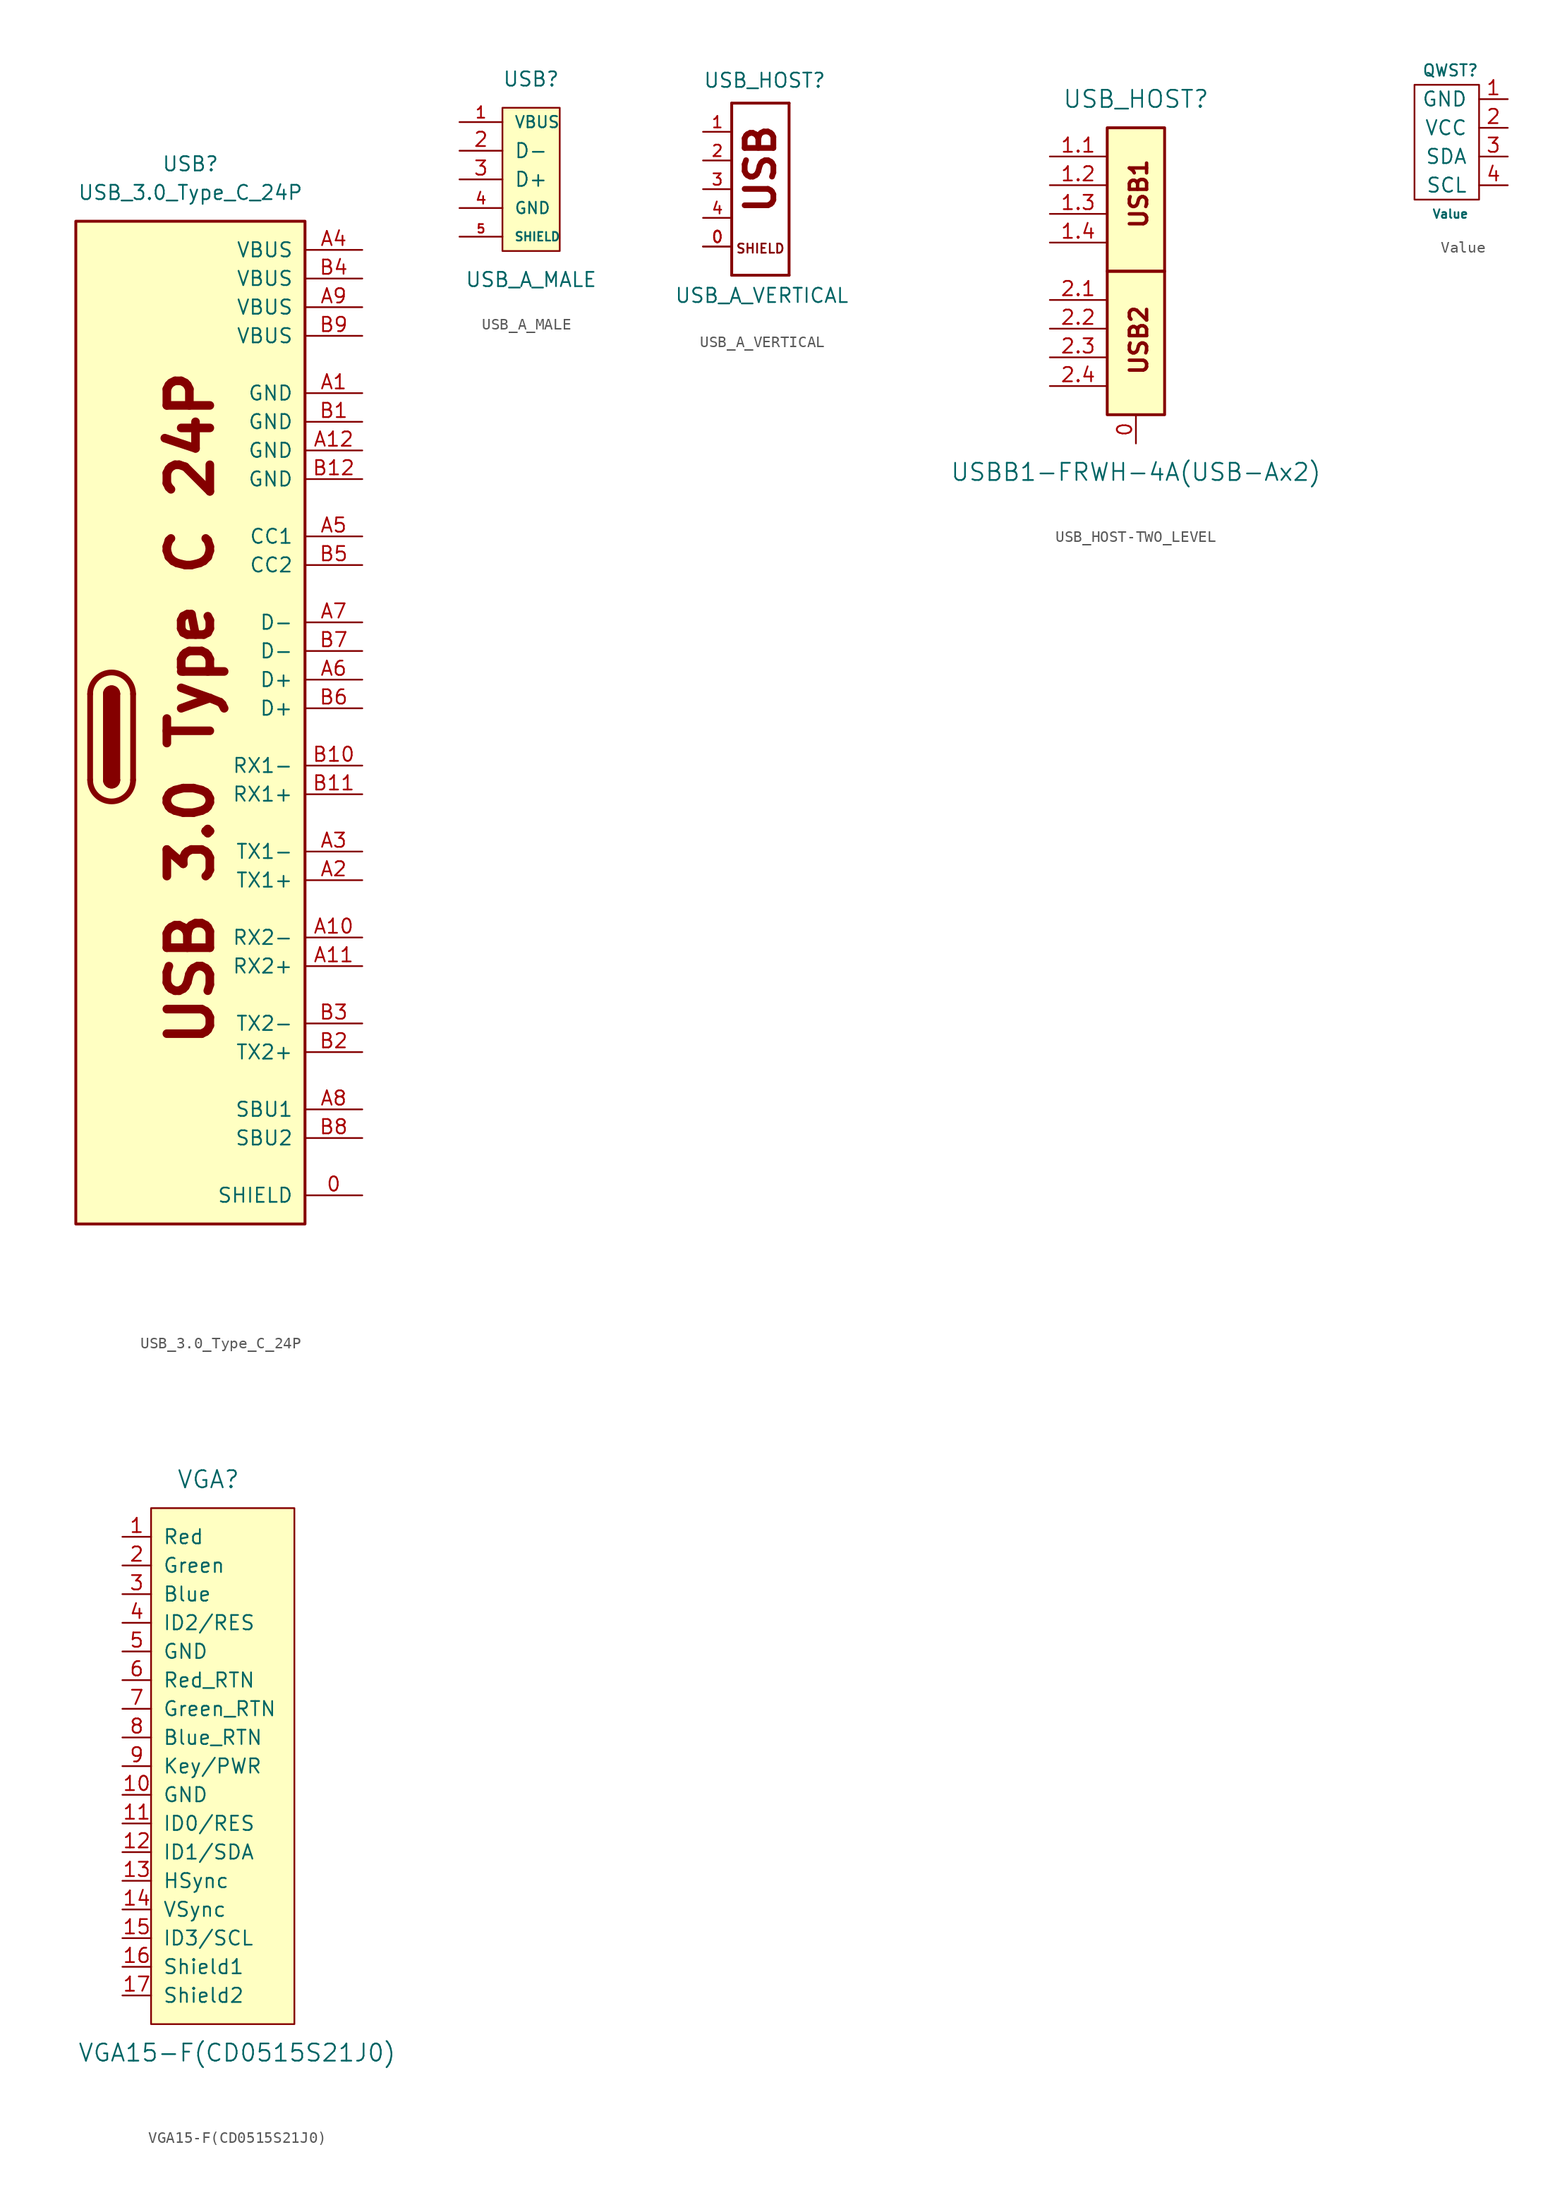
<source format=kicad_sym>
(kicad_symbol_lib
  (version 20220914)
  (generator kicad_symbol_editor)
  (symbol "USB_3.0_Type_C_24P"
    (pin_names
      (offset 1.016))
    (property "Reference" "USB"
      (at 0 50.8 0)
      (effects (font (size 1.27 1.27))))
    (property "Value" "USB_3.0_Type_C_24P"
      (at 0 48.26 0)
      (effects (font (size 1.27 1.27))))
    (symbol "USB_3.0_Type_C_24P_0_1"
      (rectangle (start -10.16 45.72) (end 10.16 -43.18) (stroke (width 0.254) (type default)) (fill (type background)))
      (arc (start -8.89 -3.81) (mid -6.985 -5.7067) (end -5.08 -3.81) (stroke (width 0.508) (type default)) (fill (type none)))
      (arc (start -7.62 -3.81) (mid -6.985 -4.4423) (end -6.35 -3.81) (stroke (width 0.254) (type default)) (fill (type none)))
      (arc (start -7.62 -3.81) (mid -6.985 -4.4423) (end -6.35 -3.81) (stroke (width 0.254) (type default)) (fill (type outline)))
      (rectangle (start -7.62 3.81) (end -6.35 -3.81) (stroke (width 0.254) (type default)) (fill (type outline)))
      (arc (start -6.35 3.81) (mid -6.985 4.4423) (end -7.62 3.81) (stroke (width 0.254) (type default)) (fill (type none)))
      (arc (start -6.35 3.81) (mid -6.985 4.4423) (end -7.62 3.81) (stroke (width 0.254) (type default)) (fill (type outline)))
      (arc (start -5.08 3.81) (mid -6.985 5.7067) (end -8.89 3.81) (stroke (width 0.508) (type default)) (fill (type none)))
      (polyline (pts (xy -8.89 -3.81) (xy -8.89 3.81)) (stroke (width 0.508) (type default)) (fill (type none)))
      (polyline (pts (xy -5.08 3.81) (xy -5.08 -3.81)) (stroke (width 0.508) (type default)) (fill (type none))))
    (symbol "USB_3.0_Type_C_24P_1_1"
      (text "USB 3.0 Type C 24P" (at 0 2.54 900) (effects (font (size 3.81 3.81) bold)))
      (pin passive line (at 15.24 -40.64 180) (length 5.08) (name "SHIELD" (effects (font (size 1.27 1.27)))) (number "0" (effects (font (size 1.27 1.27)))))
      (pin passive line (at 15.24 30.48 180) (length 5.08) (name "GND" (effects (font (size 1.27 1.27)))) (number "A1" (effects (font (size 1.27 1.27)))))
      (pin bidirectional line (at 15.24 -17.78 180) (length 5.08) (name "RX2-" (effects (font (size 1.27 1.27)))) (number "A10" (effects (font (size 1.27 1.27)))))
      (pin bidirectional line (at 15.24 -20.32 180) (length 5.08) (name "RX2+" (effects (font (size 1.27 1.27)))) (number "A11" (effects (font (size 1.27 1.27)))))
      (pin passive line (at 15.24 25.4 180) (length 5.08) (name "GND" (effects (font (size 1.27 1.27)))) (number "A12" (effects (font (size 1.27 1.27)))))
      (pin bidirectional line (at 15.24 -12.7 180) (length 5.08) (name "TX1+" (effects (font (size 1.27 1.27)))) (number "A2" (effects (font (size 1.27 1.27)))))
      (pin bidirectional line (at 15.24 -10.16 180) (length 5.08) (name "TX1-" (effects (font (size 1.27 1.27)))) (number "A3" (effects (font (size 1.27 1.27)))))
      (pin passive line (at 15.24 43.18 180) (length 5.08) (name "VBUS" (effects (font (size 1.27 1.27)))) (number "A4" (effects (font (size 1.27 1.27)))))
      (pin bidirectional line (at 15.24 17.78 180) (length 5.08) (name "CC1" (effects (font (size 1.27 1.27)))) (number "A5" (effects (font (size 1.27 1.27)))))
      (pin bidirectional line (at 15.24 5.08 180) (length 5.08) (name "D+" (effects (font (size 1.27 1.27)))) (number "A6" (effects (font (size 1.27 1.27)))))
      (pin bidirectional line (at 15.24 10.16 180) (length 5.08) (name "D-" (effects (font (size 1.27 1.27)))) (number "A7" (effects (font (size 1.27 1.27)))))
      (pin bidirectional line (at 15.24 -33.02 180) (length 5.08) (name "SBU1" (effects (font (size 1.27 1.27)))) (number "A8" (effects (font (size 1.27 1.27)))))
      (pin passive line (at 15.24 38.1 180) (length 5.08) (name "VBUS" (effects (font (size 1.27 1.27)))) (number "A9" (effects (font (size 1.27 1.27)))))
      (pin passive line (at 15.24 27.94 180) (length 5.08) (name "GND" (effects (font (size 1.27 1.27)))) (number "B1" (effects (font (size 1.27 1.27)))))
      (pin bidirectional line (at 15.24 -2.54 180) (length 5.08) (name "RX1-" (effects (font (size 1.27 1.27)))) (number "B10" (effects (font (size 1.27 1.27)))))
      (pin bidirectional line (at 15.24 -5.08 180) (length 5.08) (name "RX1+" (effects (font (size 1.27 1.27)))) (number "B11" (effects (font (size 1.27 1.27)))))
      (pin passive line (at 15.24 22.86 180) (length 5.08) (name "GND" (effects (font (size 1.27 1.27)))) (number "B12" (effects (font (size 1.27 1.27)))))
      (pin bidirectional line (at 15.24 -27.94 180) (length 5.08) (name "TX2+" (effects (font (size 1.27 1.27)))) (number "B2" (effects (font (size 1.27 1.27)))))
      (pin bidirectional line (at 15.24 -25.4 180) (length 5.08) (name "TX2-" (effects (font (size 1.27 1.27)))) (number "B3" (effects (font (size 1.27 1.27)))))
      (pin passive line (at 15.24 40.64 180) (length 5.08) (name "VBUS" (effects (font (size 1.27 1.27)))) (number "B4" (effects (font (size 1.27 1.27)))))
      (pin bidirectional line (at 15.24 15.24 180) (length 5.08) (name "CC2" (effects (font (size 1.27 1.27)))) (number "B5" (effects (font (size 1.27 1.27)))))
      (pin bidirectional line (at 15.24 2.54 180) (length 5.08) (name "D+" (effects (font (size 1.27 1.27)))) (number "B6" (effects (font (size 1.27 1.27)))))
      (pin bidirectional line (at 15.24 7.62 180) (length 5.08) (name "D-" (effects (font (size 1.27 1.27)))) (number "B7" (effects (font (size 1.27 1.27)))))
      (pin bidirectional line (at 15.24 -35.56 180) (length 5.08) (name "SBU2" (effects (font (size 1.27 1.27)))) (number "B8" (effects (font (size 1.27 1.27)))))
      (pin passive line (at 15.24 35.56 180) (length 5.08) (name "VBUS" (effects (font (size 1.27 1.27)))) (number "B9" (effects (font (size 1.27 1.27)))))))
  (symbol "USB_A_MALE"
    (pin_names
      (offset 1.016))
    (property "Reference" "USB"
      (at 1.27 6.35 0)
      (effects (font (size 1.27 1.27))))
    (property "Value" "USB_A_MALE"
      (at 1.27 -11.43 0)
      (effects (font (size 1.27 1.27))))
    (symbol "USB_A_MALE_1_1"
      (rectangle (start 3.81 3.81) (end -1.27 -8.89) (stroke (width 0) (type solid)) (fill (type background)))
      (pin input line (at -5.08 2.54 0) (length 3.81) (name "VBUS" (effects (font (size 1.016 1.016)))) (number "1" (effects (font (size 1.016 1.016)))))
      (pin bidirectional line (at -5.08 0 0) (length 3.81) (name "D-" (effects (font (size 1.27 1.27)))) (number "2" (effects (font (size 1.27 1.27)))))
      (pin bidirectional line (at -5.08 -2.54 0) (length 3.81) (name "D+" (effects (font (size 1.27 1.27)))) (number "3" (effects (font (size 1.27 1.27)))))
      (pin power_in line (at -5.08 -5.08 0) (length 3.81) (name "GND" (effects (font (size 1.016 1.016)))) (number "4" (effects (font (size 1.016 1.016)))))
      (pin passive line (at -5.08 -7.62 0) (length 3.81) (name "SHIELD" (effects (font (size 0.762 0.762)))) (number "5" (effects (font (size 0.762 0.762)))))))
  (symbol "USB_A_VERTICAL"
    (pin_names
      (offset 1.016) hide)
    (property "Reference" "USB_HOST"
      (at -5.08 8.89 0)
      (effects (font (size 1.27 1.27)) (justify left bottom)))
    (property "Value" "USB_A_VERTICAL"
      (at -7.62 -10.16 0)
      (effects (font (size 1.27 1.27)) (justify left bottom)))
    (property "Datasheet" ""
      (at 0 0 0)
      (effects (font (size 1.524 1.524))))
    (symbol "USB_A_VERTICAL_1_0"
      (polyline (pts (xy -2.54 -7.62) (xy 2.54 -7.62)) (stroke (width 0.254) (type solid)) (fill (type none)))
      (polyline (pts (xy -2.54 7.62) (xy -2.54 -7.62)) (stroke (width 0.254) (type solid)) (fill (type none)))
      (polyline (pts (xy 2.54 -7.62) (xy 2.54 7.62)) (stroke (width 0.254) (type solid)) (fill (type none)))
      (polyline (pts (xy 2.54 7.62) (xy -2.54 7.62)) (stroke (width 0.254) (type solid)) (fill (type none)))
      (text "SHIELD" (at 0 -5.258 0) (effects (font (size 0.813 0.813))))
      (text "USB" (at 0 1.778 900) (effects (font (size 2.54 2.54) bold))))
    (symbol "USB_A_VERTICAL_1_1"
      (pin input line (at -5.08 -5.08 0) (length 2.54) (name "5" (effects (font (size 1.016 1.016)))) (number "0" (effects (font (size 1.016 1.016)))))
      (pin input line (at -5.08 -5.08 0) (length 2.54) (name "5" (effects (font (size 1.016 1.016)))) (number "0" (effects (font (size 1.016 1.016)))))
      (pin passive line (at -5.08 5.08 0) (length 2.54) (name "1" (effects (font (size 1.016 1.016)))) (number "1" (effects (font (size 1.016 1.016)))))
      (pin passive line (at -5.08 2.54 0) (length 2.54) (name "2" (effects (font (size 1.016 1.016)))) (number "2" (effects (font (size 1.016 1.016)))))
      (pin passive line (at -5.08 0 0) (length 2.54) (name "3" (effects (font (size 1.016 1.016)))) (number "3" (effects (font (size 1.016 1.016)))))
      (pin passive line (at -5.08 -2.54 0) (length 2.54) (name "4" (effects (font (size 1.016 1.016)))) (number "4" (effects (font (size 1.016 1.016)))))))
  (symbol "USB_HOST-TWO_LEVEL"
    (pin_names
      (offset 1.016))
    (property "Reference" "USB_HOST"
      (at 0 15.24 0)
      (effects (font (size 1.524 1.524))))
    (property "Value" "USBB1-FRWH-4A(USB-Ax2)"
      (at 0 -17.78 0)
      (effects (font (size 1.524 1.524))))
    (symbol "USB_HOST-TWO_LEVEL_0_0"
      (text "USB1" (at 0.254 6.858 900) (effects (font (size 1.524 1.524) bold)))
      (text "USB2" (at 0.254 -6.096 900) (effects (font (size 1.524 1.524) bold))))
    (symbol "USB_HOST-TWO_LEVEL_1_1"
      (rectangle (start -2.54 0) (end 2.54 -12.7) (stroke (width 0.254) (type solid)) (fill (type background)))
      (rectangle (start -2.54 12.7) (end 2.54 0) (stroke (width 0.254) (type solid)) (fill (type background)))
      (pin passive line (at 0 -15.24 90) (length 2.489) (name "~" (effects (font (size 1.27 1.27)))) (number "0" (effects (font (size 1.27 1.27)))))
      (pin passive line (at -7.62 10.16 0) (length 5.004) (name "~" (effects (font (size 1.27 1.27)))) (number "1.1" (effects (font (size 1.27 1.27)))))
      (pin passive line (at -7.62 7.62 0) (length 5.004) (name "~" (effects (font (size 1.27 1.27)))) (number "1.2" (effects (font (size 1.27 1.27)))))
      (pin passive line (at -7.62 5.08 0) (length 5.004) (name "~" (effects (font (size 1.27 1.27)))) (number "1.3" (effects (font (size 1.27 1.27)))))
      (pin passive line (at -7.62 2.54 0) (length 5.004) (name "~" (effects (font (size 1.27 1.27)))) (number "1.4" (effects (font (size 1.27 1.27)))))
      (pin passive line (at -7.62 -2.54 0) (length 5.004) (name "~" (effects (font (size 1.27 1.27)))) (number "2.1" (effects (font (size 1.27 1.27)))))
      (pin passive line (at -7.62 -5.08 0) (length 5.004) (name "~" (effects (font (size 1.27 1.27)))) (number "2.2" (effects (font (size 1.27 1.27)))))
      (pin passive line (at -7.62 -7.62 0) (length 5.004) (name "~" (effects (font (size 1.27 1.27)))) (number "2.3" (effects (font (size 1.27 1.27)))))
      (pin passive line (at -7.62 -10.16 0) (length 5.004) (name "~" (effects (font (size 1.27 1.27)))) (number "2.4" (effects (font (size 1.27 1.27)))))))
  (symbol "Value"
    (pin_names
      (offset 1.016))
    (property "Reference" "QWST"
      (at 0 5.08 0)
      (effects (font (size 1.016 1.016))))
    (property "Value" "Value"
      (at 0 -7.62 0)
      (effects (font (size 0.762 0.762))))
    (symbol "Value_1_1"
      (rectangle (start -3.175 3.81) (end 2.54 -6.35) (stroke (width 0) (type solid)) (fill (type none)))
      (pin passive line (at 5.08 2.54 180) (length 2.54) (name "GND" (effects (font (size 1.27 1.27)))) (number "1" (effects (font (size 1.27 1.27)))))
      (pin passive line (at 5.08 0 180) (length 2.54) (name "VCC" (effects (font (size 1.27 1.27)))) (number "2" (effects (font (size 1.27 1.27)))))
      (pin passive line (at 5.08 -2.54 180) (length 2.54) (name "SDA" (effects (font (size 1.27 1.27)))) (number "3" (effects (font (size 1.27 1.27)))))
      (pin passive line (at 5.08 -5.08 180) (length 2.54) (name "SCL" (effects (font (size 1.27 1.27)))) (number "4" (effects (font (size 1.27 1.27)))))))
  (symbol "VGA15-F(CD0515S21J0)"
    (pin_names
      (offset 1.016))
    (property "Reference" "VGA"
      (at 0 25.4 0)
      (effects (font (size 1.524 1.524))))
    (property "Value" "VGA15-F(CD0515S21J0)"
      (at 2.54 -25.4 0)
      (effects (font (size 1.524 1.524))))
    (property "Datasheet" ""
      (at 0 2.54 0)
      (effects (font (size 1.524 1.524))))
    (symbol "VGA15-F(CD0515S21J0)_0_1"
      (rectangle (start -5.08 22.86) (end 7.62 -22.86) (stroke (width 0) (type solid)) (fill (type background))))
    (symbol "VGA15-F(CD0515S21J0)_1_1"
      (pin bidirectional line (at -7.62 20.32 0) (length 2.54) (name "Red" (effects (font (size 1.27 1.27)))) (number "1" (effects (font (size 1.27 1.27)))))
      (pin power_in line (at -7.62 -2.54 0) (length 2.54) (name "GND" (effects (font (size 1.27 1.27)))) (number "10" (effects (font (size 1.27 1.27)))))
      (pin bidirectional line (at -7.62 -5.08 0) (length 2.54) (name "ID0/RES" (effects (font (size 1.27 1.27)))) (number "11" (effects (font (size 1.27 1.27)))))
      (pin bidirectional line (at -7.62 -7.62 0) (length 2.54) (name "ID1/SDA" (effects (font (size 1.27 1.27)))) (number "12" (effects (font (size 1.27 1.27)))))
      (pin bidirectional line (at -7.62 -10.16 0) (length 2.54) (name "HSync" (effects (font (size 1.27 1.27)))) (number "13" (effects (font (size 1.27 1.27)))))
      (pin bidirectional line (at -7.62 -12.7 0) (length 2.54) (name "VSync" (effects (font (size 1.27 1.27)))) (number "14" (effects (font (size 1.27 1.27)))))
      (pin bidirectional line (at -7.62 -15.24 0) (length 2.54) (name "ID3/SCL" (effects (font (size 1.27 1.27)))) (number "15" (effects (font (size 1.27 1.27)))))
      (pin input line (at -7.62 -17.78 0) (length 2.54) (name "Shield1" (effects (font (size 1.27 1.27)))) (number "16" (effects (font (size 1.27 1.27)))))
      (pin input line (at -7.62 -20.32 0) (length 2.54) (name "Shield2" (effects (font (size 1.27 1.27)))) (number "17" (effects (font (size 1.27 1.27)))))
      (pin bidirectional line (at -7.62 17.78 0) (length 2.54) (name "Green" (effects (font (size 1.27 1.27)))) (number "2" (effects (font (size 1.27 1.27)))))
      (pin bidirectional line (at -7.62 15.24 0) (length 2.54) (name "Blue" (effects (font (size 1.27 1.27)))) (number "3" (effects (font (size 1.27 1.27)))))
      (pin bidirectional line (at -7.62 12.7 0) (length 2.54) (name "ID2/RES" (effects (font (size 1.27 1.27)))) (number "4" (effects (font (size 1.27 1.27)))))
      (pin power_in line (at -7.62 10.16 0) (length 2.54) (name "GND" (effects (font (size 1.27 1.27)))) (number "5" (effects (font (size 1.27 1.27)))))
      (pin input line (at -7.62 7.62 0) (length 2.54) (name "Red_RTN" (effects (font (size 1.27 1.27)))) (number "6" (effects (font (size 1.27 1.27)))))
      (pin input line (at -7.62 5.08 0) (length 2.54) (name "Green_RTN" (effects (font (size 1.27 1.27)))) (number "7" (effects (font (size 1.27 1.27)))))
      (pin input line (at -7.62 2.54 0) (length 2.54) (name "Blue_RTN" (effects (font (size 1.27 1.27)))) (number "8" (effects (font (size 1.27 1.27)))))
      (pin input line (at -7.62 0 0) (length 2.54) (name "Key/PWR" (effects (font (size 1.27 1.27)))) (number "9" (effects (font (size 1.27 1.27))))))))
</source>
